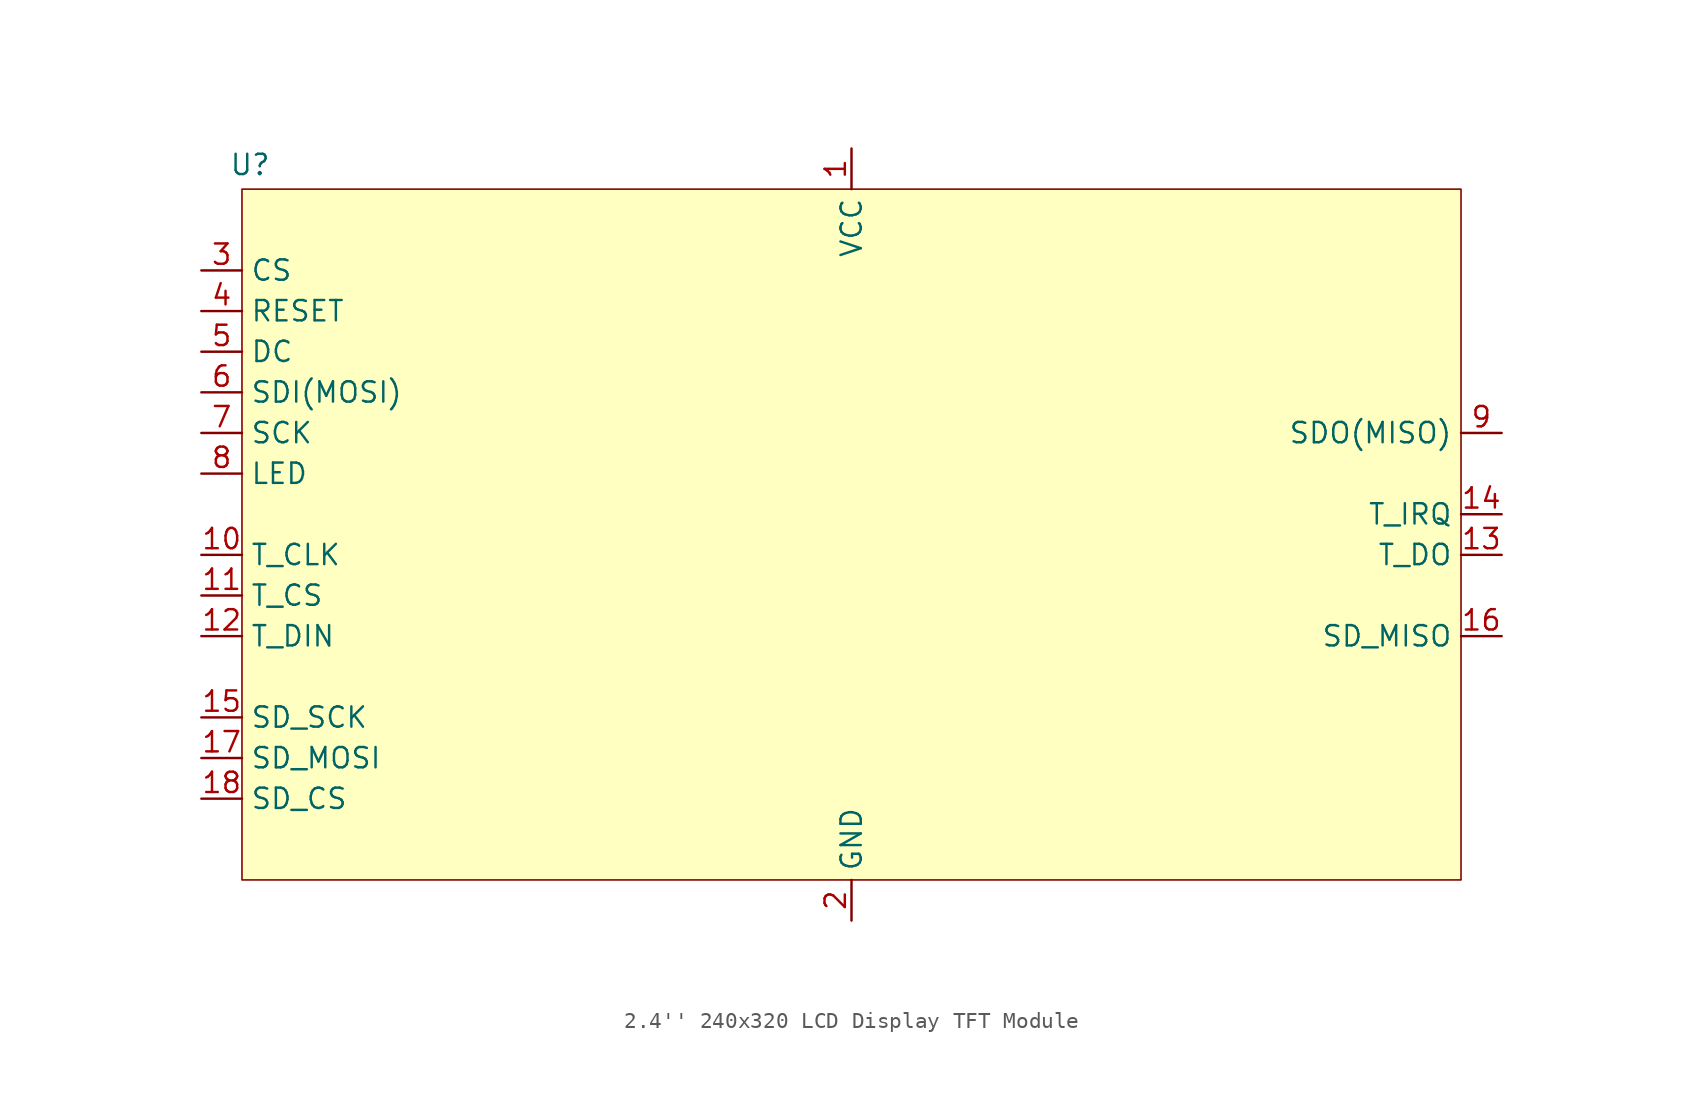
<source format=kicad_sym>
(kicad_symbol_lib
  (version 20231120)
  (generator "kicad_symbol_editor")
  (generator_version "8.0")
  (symbol "2.4'' 240x320 LCD Display TFT Module"
    (property "Reference" "U"
      (at -37.592 23.114 0)
      (effects (font (size 1.27 1.27))))
    (symbol "2.4'' 240x320 LCD Display TFT Module_1_1"
      (rectangle (start -38.1 21.59) (end 38.1 -21.59) (stroke (width 0.1) (type default)) (fill (type background)))
      (pin power_in line (at 0 24.13 270) (length 2.54) (name "VCC" (effects (font (size 1.27 1.27)))) (number "1" (effects (font (size 1.27 1.27)))))
      (pin input line (at -40.64 -1.27 0) (length 2.54) (name "T_CLK" (effects (font (size 1.27 1.27)))) (number "10" (effects (font (size 1.27 1.27)))))
      (pin input line (at -40.64 -3.81 0) (length 2.54) (name "T_CS" (effects (font (size 1.27 1.27)))) (number "11" (effects (font (size 1.27 1.27)))))
      (pin input line (at -40.64 -6.35 0) (length 2.54) (name "T_DIN" (effects (font (size 1.27 1.27)))) (number "12" (effects (font (size 1.27 1.27)))))
      (pin output line (at 40.64 -1.27 180) (length 2.54) (name "T_DO" (effects (font (size 1.27 1.27)))) (number "13" (effects (font (size 1.27 1.27)))))
      (pin output line (at 40.64 1.27 180) (length 2.54) (name "T_IRQ" (effects (font (size 1.27 1.27)))) (number "14" (effects (font (size 1.27 1.27)))))
      (pin input line (at -40.64 -11.43 0) (length 2.54) (name "SD_SCK" (effects (font (size 1.27 1.27)))) (number "15" (effects (font (size 1.27 1.27)))))
      (pin output line (at 40.64 -6.35 180) (length 2.54) (name "SD_MISO" (effects (font (size 1.27 1.27)))) (number "16" (effects (font (size 1.27 1.27)))))
      (pin input line (at -40.64 -13.97 0) (length 2.54) (name "SD_MOSI" (effects (font (size 1.27 1.27)))) (number "17" (effects (font (size 1.27 1.27)))))
      (pin input line (at -40.64 -16.51 0) (length 2.54) (name "SD_CS" (effects (font (size 1.27 1.27)))) (number "18" (effects (font (size 1.27 1.27)))))
      (pin power_in line (at 0 -24.13 90) (length 2.54) (name "GND" (effects (font (size 1.27 1.27)))) (number "2" (effects (font (size 1.27 1.27)))))
      (pin input line (at -40.64 16.51 0) (length 2.54) (name "CS" (effects (font (size 1.27 1.27)))) (number "3" (effects (font (size 1.27 1.27)))))
      (pin input line (at -40.64 13.97 0) (length 2.54) (name "RESET" (effects (font (size 1.27 1.27)))) (number "4" (effects (font (size 1.27 1.27)))))
      (pin input line (at -40.64 11.43 0) (length 2.54) (name "DC" (effects (font (size 1.27 1.27)))) (number "5" (effects (font (size 1.27 1.27)))))
      (pin input line (at -40.64 8.89 0) (length 2.54) (name "SDI(MOSI)" (effects (font (size 1.27 1.27)))) (number "6" (effects (font (size 1.27 1.27)))))
      (pin input line (at -40.64 6.35 0) (length 2.54) (name "SCK" (effects (font (size 1.27 1.27)))) (number "7" (effects (font (size 1.27 1.27)))))
      (pin input line (at -40.64 3.81 0) (length 2.54) (name "LED" (effects (font (size 1.27 1.27)))) (number "8" (effects (font (size 1.27 1.27)))))
      (pin output line (at 40.64 6.35 180) (length 2.54) (name "SDO(MISO)" (effects (font (size 1.27 1.27)))) (number "9" (effects (font (size 1.27 1.27))))))))
</source>
